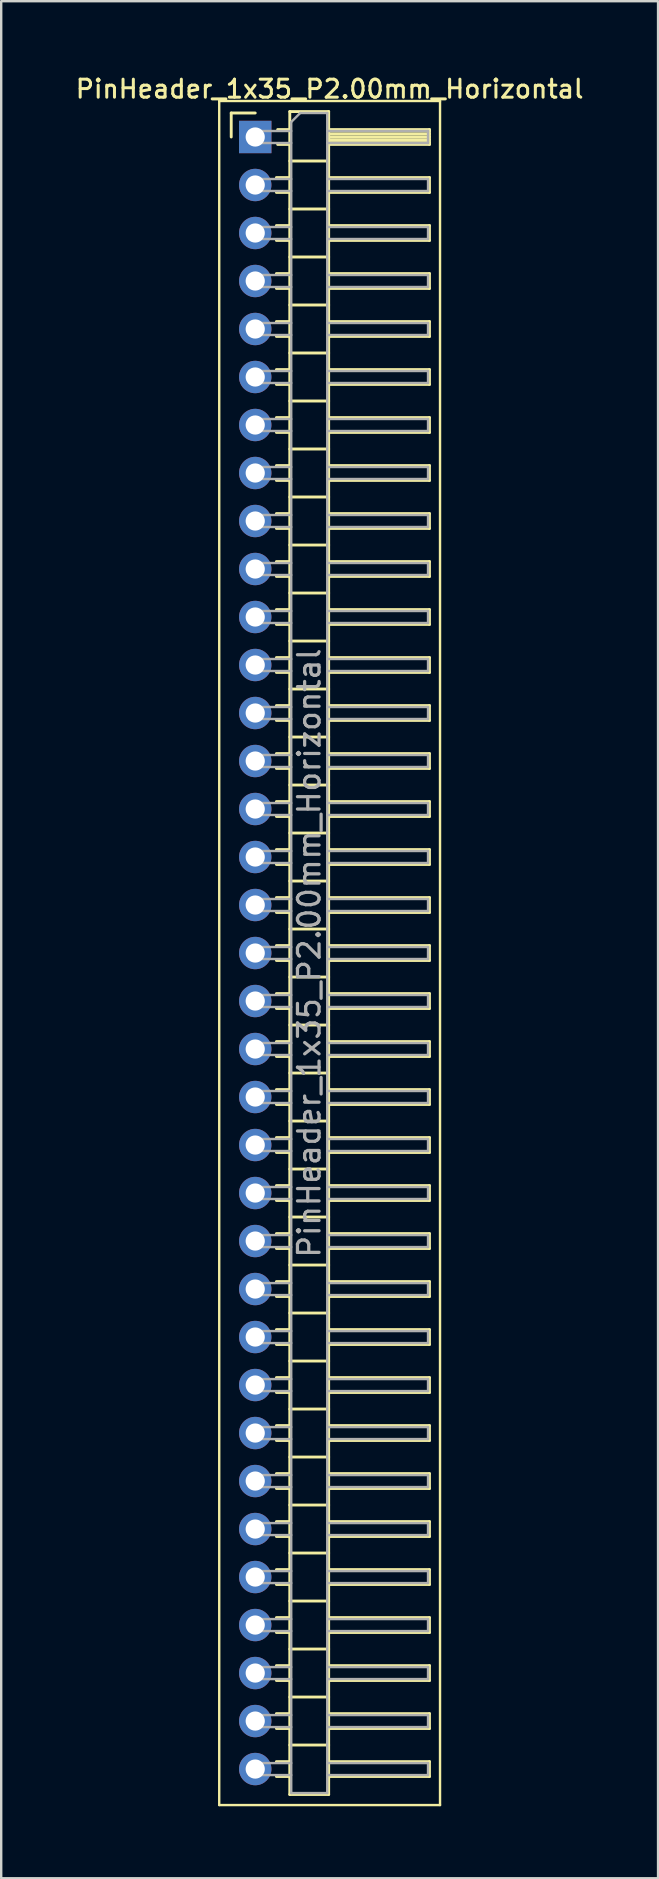
<source format=kicad_pcb>
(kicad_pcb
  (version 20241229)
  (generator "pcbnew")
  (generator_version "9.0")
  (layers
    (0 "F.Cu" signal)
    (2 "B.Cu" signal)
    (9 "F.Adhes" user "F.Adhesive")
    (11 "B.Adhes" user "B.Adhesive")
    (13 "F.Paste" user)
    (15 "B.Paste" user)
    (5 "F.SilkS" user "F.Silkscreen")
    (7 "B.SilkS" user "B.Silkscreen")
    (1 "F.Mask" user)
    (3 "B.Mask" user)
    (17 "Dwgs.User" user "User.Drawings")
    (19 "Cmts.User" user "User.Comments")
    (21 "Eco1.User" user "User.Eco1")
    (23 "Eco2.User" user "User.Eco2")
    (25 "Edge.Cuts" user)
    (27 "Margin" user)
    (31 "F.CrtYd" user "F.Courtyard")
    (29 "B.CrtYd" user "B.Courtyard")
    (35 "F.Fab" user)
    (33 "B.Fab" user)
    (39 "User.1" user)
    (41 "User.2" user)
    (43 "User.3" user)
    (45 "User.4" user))
  (footprint "PinHeader_1x35_P2.00mm_Horizontal"
    (layer "F.Cu")
    (at 7.584 2.658)
    (property "Reference" "PinHeader_1x35_P2.00mm_Horizontal" (at 3.1 -2 0) (layer "F.SilkS") (effects (font (size 0.75 0.75) (thickness 0.125))))
    (attr through_hole)
    (fp_line (start -1.5 -1.5) (end -1.5 69.5) (stroke (width 0.1) (type solid)) (layer "F.SilkS"))
    (fp_line (start -1.5 69.5) (end 7.7 69.5) (stroke (width 0.1) (type solid)) (layer "F.SilkS"))
    (fp_line (start -1 -1) (end 0 -1) (stroke (width 0.12) (type solid)) (layer "F.SilkS"))
    (fp_line (start -1 0) (end -1 -1) (stroke (width 0.12) (type solid)) (layer "F.SilkS"))
    (fp_line (start 0.882 1.69) (end 1.44 1.69) (stroke (width 0.12) (type solid)) (layer "F.SilkS"))
    (fp_line (start 0.882 2.31) (end 1.44 2.31) (stroke (width 0.12) (type solid)) (layer "F.SilkS"))
    (fp_line (start 0.882 3.69) (end 1.44 3.69) (stroke (width 0.12) (type solid)) (layer "F.SilkS"))
    (fp_line (start 0.882 4.31) (end 1.44 4.31) (stroke (width 0.12) (type solid)) (layer "F.SilkS"))
    (fp_line (start 0.882 5.69) (end 1.44 5.69) (stroke (width 0.12) (type solid)) (layer "F.SilkS"))
    (fp_line (start 0.882 6.31) (end 1.44 6.31) (stroke (width 0.12) (type solid)) (layer "F.SilkS"))
    (fp_line (start 0.882 7.69) (end 1.44 7.69) (stroke (width 0.12) (type solid)) (layer "F.SilkS"))
    (fp_line (start 0.882 8.31) (end 1.44 8.31) (stroke (width 0.12) (type solid)) (layer "F.SilkS"))
    (fp_line (start 0.882 9.69) (end 1.44 9.69) (stroke (width 0.12) (type solid)) (layer "F.SilkS"))
    (fp_line (start 0.882 10.31) (end 1.44 10.31) (stroke (width 0.12) (type solid)) (layer "F.SilkS"))
    (fp_line (start 0.882 11.69) (end 1.44 11.69) (stroke (width 0.12) (type solid)) (layer "F.SilkS"))
    (fp_line (start 0.882 12.31) (end 1.44 12.31) (stroke (width 0.12) (type solid)) (layer "F.SilkS"))
    (fp_line (start 0.882 13.69) (end 1.44 13.69) (stroke (width 0.12) (type solid)) (layer "F.SilkS"))
    (fp_line (start 0.882 14.31) (end 1.44 14.31) (stroke (width 0.12) (type solid)) (layer "F.SilkS"))
    (fp_line (start 0.882 15.69) (end 1.44 15.69) (stroke (width 0.12) (type solid)) (layer "F.SilkS"))
    (fp_line (start 0.882 16.31) (end 1.44 16.31) (stroke (width 0.12) (type solid)) (layer "F.SilkS"))
    (fp_line (start 0.882 17.69) (end 1.44 17.69) (stroke (width 0.12) (type solid)) (layer "F.SilkS"))
    (fp_line (start 0.882 18.31) (end 1.44 18.31) (stroke (width 0.12) (type solid)) (layer "F.SilkS"))
    (fp_line (start 0.882 19.69) (end 1.44 19.69) (stroke (width 0.12) (type solid)) (layer "F.SilkS"))
    (fp_line (start 0.882 20.31) (end 1.44 20.31) (stroke (width 0.12) (type solid)) (layer "F.SilkS"))
    (fp_line (start 0.882 21.69) (end 1.44 21.69) (stroke (width 0.12) (type solid)) (layer "F.SilkS"))
    (fp_line (start 0.882 22.31) (end 1.44 22.31) (stroke (width 0.12) (type solid)) (layer "F.SilkS"))
    (fp_line (start 0.882 23.69) (end 1.44 23.69) (stroke (width 0.12) (type solid)) (layer "F.SilkS"))
    (fp_line (start 0.882 24.31) (end 1.44 24.31) (stroke (width 0.12) (type solid)) (layer "F.SilkS"))
    (fp_line (start 0.882 25.69) (end 1.44 25.69) (stroke (width 0.12) (type solid)) (layer "F.SilkS"))
    (fp_line (start 0.882 26.31) (end 1.44 26.31) (stroke (width 0.12) (type solid)) (layer "F.SilkS"))
    (fp_line (start 0.882 27.69) (end 1.44 27.69) (stroke (width 0.12) (type solid)) (layer "F.SilkS"))
    (fp_line (start 0.882 28.31) (end 1.44 28.31) (stroke (width 0.12) (type solid)) (layer "F.SilkS"))
    (fp_line (start 0.882 29.69) (end 1.44 29.69) (stroke (width 0.12) (type solid)) (layer "F.SilkS"))
    (fp_line (start 0.882 30.31) (end 1.44 30.31) (stroke (width 0.12) (type solid)) (layer "F.SilkS"))
    (fp_line (start 0.882 31.69) (end 1.44 31.69) (stroke (width 0.12) (type solid)) (layer "F.SilkS"))
    (fp_line (start 0.882 32.31) (end 1.44 32.31) (stroke (width 0.12) (type solid)) (layer "F.SilkS"))
    (fp_line (start 0.882 33.69) (end 1.44 33.69) (stroke (width 0.12) (type solid)) (layer "F.SilkS"))
    (fp_line (start 0.882 34.31) (end 1.44 34.31) (stroke (width 0.12) (type solid)) (layer "F.SilkS"))
    (fp_line (start 0.882 35.69) (end 1.44 35.69) (stroke (width 0.12) (type solid)) (layer "F.SilkS"))
    (fp_line (start 0.882 36.31) (end 1.44 36.31) (stroke (width 0.12) (type solid)) (layer "F.SilkS"))
    (fp_line (start 0.882 37.69) (end 1.44 37.69) (stroke (width 0.12) (type solid)) (layer "F.SilkS"))
    (fp_line (start 0.882 38.31) (end 1.44 38.31) (stroke (width 0.12) (type solid)) (layer "F.SilkS"))
    (fp_line (start 0.882 39.69) (end 1.44 39.69) (stroke (width 0.12) (type solid)) (layer "F.SilkS"))
    (fp_line (start 0.882 40.31) (end 1.44 40.31) (stroke (width 0.12) (type solid)) (layer "F.SilkS"))
    (fp_line (start 0.882 41.69) (end 1.44 41.69) (stroke (width 0.12) (type solid)) (layer "F.SilkS"))
    (fp_line (start 0.882 42.31) (end 1.44 42.31) (stroke (width 0.12) (type solid)) (layer "F.SilkS"))
    (fp_line (start 0.882 43.69) (end 1.44 43.69) (stroke (width 0.12) (type solid)) (layer "F.SilkS"))
    (fp_line (start 0.882 44.31) (end 1.44 44.31) (stroke (width 0.12) (type solid)) (layer "F.SilkS"))
    (fp_line (start 0.882 45.69) (end 1.44 45.69) (stroke (width 0.12) (type solid)) (layer "F.SilkS"))
    (fp_line (start 0.882 46.31) (end 1.44 46.31) (stroke (width 0.12) (type solid)) (layer "F.SilkS"))
    (fp_line (start 0.882 47.69) (end 1.44 47.69) (stroke (width 0.12) (type solid)) (layer "F.SilkS"))
    (fp_line (start 0.882 48.31) (end 1.44 48.31) (stroke (width 0.12) (type solid)) (layer "F.SilkS"))
    (fp_line (start 0.882 49.69) (end 1.44 49.69) (stroke (width 0.12) (type solid)) (layer "F.SilkS"))
    (fp_line (start 0.882 50.31) (end 1.44 50.31) (stroke (width 0.12) (type solid)) (layer "F.SilkS"))
    (fp_line (start 0.882 51.69) (end 1.44 51.69) (stroke (width 0.12) (type solid)) (layer "F.SilkS"))
    (fp_line (start 0.882 52.31) (end 1.44 52.31) (stroke (width 0.12) (type solid)) (layer "F.SilkS"))
    (fp_line (start 0.882 53.69) (end 1.44 53.69) (stroke (width 0.12) (type solid)) (layer "F.SilkS"))
    (fp_line (start 0.882 54.31) (end 1.44 54.31) (stroke (width 0.12) (type solid)) (layer "F.SilkS"))
    (fp_line (start 0.882 55.69) (end 1.44 55.69) (stroke (width 0.12) (type solid)) (layer "F.SilkS"))
    (fp_line (start 0.882 56.31) (end 1.44 56.31) (stroke (width 0.12) (type solid)) (layer "F.SilkS"))
    (fp_line (start 0.882 57.69) (end 1.44 57.69) (stroke (width 0.12) (type solid)) (layer "F.SilkS"))
    (fp_line (start 0.882 58.31) (end 1.44 58.31) (stroke (width 0.12) (type solid)) (layer "F.SilkS"))
    (fp_line (start 0.882 59.69) (end 1.44 59.69) (stroke (width 0.12) (type solid)) (layer "F.SilkS"))
    (fp_line (start 0.882 60.31) (end 1.44 60.31) (stroke (width 0.12) (type solid)) (layer "F.SilkS"))
    (fp_line (start 0.882 61.69) (end 1.44 61.69) (stroke (width 0.12) (type solid)) (layer "F.SilkS"))
    (fp_line (start 0.882 62.31) (end 1.44 62.31) (stroke (width 0.12) (type solid)) (layer "F.SilkS"))
    (fp_line (start 0.882 63.69) (end 1.44 63.69) (stroke (width 0.12) (type solid)) (layer "F.SilkS"))
    (fp_line (start 0.882 64.31) (end 1.44 64.31) (stroke (width 0.12) (type solid)) (layer "F.SilkS"))
    (fp_line (start 0.882 65.69) (end 1.44 65.69) (stroke (width 0.12) (type solid)) (layer "F.SilkS"))
    (fp_line (start 0.882 66.31) (end 1.44 66.31) (stroke (width 0.12) (type solid)) (layer "F.SilkS"))
    (fp_line (start 0.882 67.69) (end 1.44 67.69) (stroke (width 0.12) (type solid)) (layer "F.SilkS"))
    (fp_line (start 0.882 68.31) (end 1.44 68.31) (stroke (width 0.12) (type solid)) (layer "F.SilkS"))
    (fp_line (start 0.935 -0.31) (end 1.44 -0.31) (stroke (width 0.12) (type solid)) (layer "F.SilkS"))
    (fp_line (start 0.935 0.31) (end 1.44 0.31) (stroke (width 0.12) (type solid)) (layer "F.SilkS"))
    (fp_line (start 1.44 -1.06) (end 1.44 69.06) (stroke (width 0.12) (type solid)) (layer "F.SilkS"))
    (fp_line (start 1.44 1) (end 3.06 1) (stroke (width 0.12) (type solid)) (layer "F.SilkS"))
    (fp_line (start 1.44 3) (end 3.06 3) (stroke (width 0.12) (type solid)) (layer "F.SilkS"))
    (fp_line (start 1.44 5) (end 3.06 5) (stroke (width 0.12) (type solid)) (layer "F.SilkS"))
    (fp_line (start 1.44 7) (end 3.06 7) (stroke (width 0.12) (type solid)) (layer "F.SilkS"))
    (fp_line (start 1.44 9) (end 3.06 9) (stroke (width 0.12) (type solid)) (layer "F.SilkS"))
    (fp_line (start 1.44 11) (end 3.06 11) (stroke (width 0.12) (type solid)) (layer "F.SilkS"))
    (fp_line (start 1.44 13) (end 3.06 13) (stroke (width 0.12) (type solid)) (layer "F.SilkS"))
    (fp_line (start 1.44 15) (end 3.06 15) (stroke (width 0.12) (type solid)) (layer "F.SilkS"))
    (fp_line (start 1.44 17) (end 3.06 17) (stroke (width 0.12) (type solid)) (layer "F.SilkS"))
    (fp_line (start 1.44 19) (end 3.06 19) (stroke (width 0.12) (type solid)) (layer "F.SilkS"))
    (fp_line (start 1.44 21) (end 3.06 21) (stroke (width 0.12) (type solid)) (layer "F.SilkS"))
    (fp_line (start 1.44 23) (end 3.06 23) (stroke (width 0.12) (type solid)) (layer "F.SilkS"))
    (fp_line (start 1.44 25) (end 3.06 25) (stroke (width 0.12) (type solid)) (layer "F.SilkS"))
    (fp_line (start 1.44 27) (end 3.06 27) (stroke (width 0.12) (type solid)) (layer "F.SilkS"))
    (fp_line (start 1.44 29) (end 3.06 29) (stroke (width 0.12) (type solid)) (layer "F.SilkS"))
    (fp_line (start 1.44 31) (end 3.06 31) (stroke (width 0.12) (type solid)) (layer "F.SilkS"))
    (fp_line (start 1.44 33) (end 3.06 33) (stroke (width 0.12) (type solid)) (layer "F.SilkS"))
    (fp_line (start 1.44 35) (end 3.06 35) (stroke (width 0.12) (type solid)) (layer "F.SilkS"))
    (fp_line (start 1.44 37) (end 3.06 37) (stroke (width 0.12) (type solid)) (layer "F.SilkS"))
    (fp_line (start 1.44 39) (end 3.06 39) (stroke (width 0.12) (type solid)) (layer "F.SilkS"))
    (fp_line (start 1.44 41) (end 3.06 41) (stroke (width 0.12) (type solid)) (layer "F.SilkS"))
    (fp_line (start 1.44 43) (end 3.06 43) (stroke (width 0.12) (type solid)) (layer "F.SilkS"))
    (fp_line (start 1.44 45) (end 3.06 45) (stroke (width 0.12) (type solid)) (layer "F.SilkS"))
    (fp_line (start 1.44 47) (end 3.06 47) (stroke (width 0.12) (type solid)) (layer "F.SilkS"))
    (fp_line (start 1.44 49) (end 3.06 49) (stroke (width 0.12) (type solid)) (layer "F.SilkS"))
    (fp_line (start 1.44 51) (end 3.06 51) (stroke (width 0.12) (type solid)) (layer "F.SilkS"))
    (fp_line (start 1.44 53) (end 3.06 53) (stroke (width 0.12) (type solid)) (layer "F.SilkS"))
    (fp_line (start 1.44 55) (end 3.06 55) (stroke (width 0.12) (type solid)) (layer "F.SilkS"))
    (fp_line (start 1.44 57) (end 3.06 57) (stroke (width 0.12) (type solid)) (layer "F.SilkS"))
    (fp_line (start 1.44 59) (end 3.06 59) (stroke (width 0.12) (type solid)) (layer "F.SilkS"))
    (fp_line (start 1.44 61) (end 3.06 61) (stroke (width 0.12) (type solid)) (layer "F.SilkS"))
    (fp_line (start 1.44 63) (end 3.06 63) (stroke (width 0.12) (type solid)) (layer "F.SilkS"))
    (fp_line (start 1.44 65) (end 3.06 65) (stroke (width 0.12) (type solid)) (layer "F.SilkS"))
    (fp_line (start 1.44 67) (end 3.06 67) (stroke (width 0.12) (type solid)) (layer "F.SilkS"))
    (fp_line (start 1.44 69.06) (end 3.06 69.06) (stroke (width 0.12) (type solid)) (layer "F.SilkS"))
    (fp_line (start 3.06 -1.06) (end 1.44 -1.06) (stroke (width 0.12) (type solid)) (layer "F.SilkS"))
    (fp_line (start 3.06 -0.31) (end 7.26 -0.31) (stroke (width 0.12) (type solid)) (layer "F.SilkS"))
    (fp_line (start 3.06 -0.25) (end 7.26 -0.25) (stroke (width 0.12) (type solid)) (layer "F.SilkS"))
    (fp_line (start 3.06 -0.13) (end 7.26 -0.13) (stroke (width 0.12) (type solid)) (layer "F.SilkS"))
    (fp_line (start 3.06 -0.01) (end 7.26 -0.01) (stroke (width 0.12) (type solid)) (layer "F.SilkS"))
    (fp_line (start 3.06 0.11) (end 7.26 0.11) (stroke (width 0.12) (type solid)) (layer "F.SilkS"))
    (fp_line (start 3.06 0.23) (end 7.26 0.23) (stroke (width 0.12) (type solid)) (layer "F.SilkS"))
    (fp_line (start 3.06 1.69) (end 7.26 1.69) (stroke (width 0.12) (type solid)) (layer "F.SilkS"))
    (fp_line (start 3.06 3.69) (end 7.26 3.69) (stroke (width 0.12) (type solid)) (layer "F.SilkS"))
    (fp_line (start 3.06 5.69) (end 7.26 5.69) (stroke (width 0.12) (type solid)) (layer "F.SilkS"))
    (fp_line (start 3.06 7.69) (end 7.26 7.69) (stroke (width 0.12) (type solid)) (layer "F.SilkS"))
    (fp_line (start 3.06 9.69) (end 7.26 9.69) (stroke (width 0.12) (type solid)) (layer "F.SilkS"))
    (fp_line (start 3.06 11.69) (end 7.26 11.69) (stroke (width 0.12) (type solid)) (layer "F.SilkS"))
    (fp_line (start 3.06 13.69) (end 7.26 13.69) (stroke (width 0.12) (type solid)) (layer "F.SilkS"))
    (fp_line (start 3.06 15.69) (end 7.26 15.69) (stroke (width 0.12) (type solid)) (layer "F.SilkS"))
    (fp_line (start 3.06 17.69) (end 7.26 17.69) (stroke (width 0.12) (type solid)) (layer "F.SilkS"))
    (fp_line (start 3.06 19.69) (end 7.26 19.69) (stroke (width 0.12) (type solid)) (layer "F.SilkS"))
    (fp_line (start 3.06 21.69) (end 7.26 21.69) (stroke (width 0.12) (type solid)) (layer "F.SilkS"))
    (fp_line (start 3.06 23.69) (end 7.26 23.69) (stroke (width 0.12) (type solid)) (layer "F.SilkS"))
    (fp_line (start 3.06 25.69) (end 7.26 25.69) (stroke (width 0.12) (type solid)) (layer "F.SilkS"))
    (fp_line (start 3.06 27.69) (end 7.26 27.69) (stroke (width 0.12) (type solid)) (layer "F.SilkS"))
    (fp_line (start 3.06 29.69) (end 7.26 29.69) (stroke (width 0.12) (type solid)) (layer "F.SilkS"))
    (fp_line (start 3.06 31.69) (end 7.26 31.69) (stroke (width 0.12) (type solid)) (layer "F.SilkS"))
    (fp_line (start 3.06 33.69) (end 7.26 33.69) (stroke (width 0.12) (type solid)) (layer "F.SilkS"))
    (fp_line (start 3.06 35.69) (end 7.26 35.69) (stroke (width 0.12) (type solid)) (layer "F.SilkS"))
    (fp_line (start 3.06 37.69) (end 7.26 37.69) (stroke (width 0.12) (type solid)) (layer "F.SilkS"))
    (fp_line (start 3.06 39.69) (end 7.26 39.69) (stroke (width 0.12) (type solid)) (layer "F.SilkS"))
    (fp_line (start 3.06 41.69) (end 7.26 41.69) (stroke (width 0.12) (type solid)) (layer "F.SilkS"))
    (fp_line (start 3.06 43.69) (end 7.26 43.69) (stroke (width 0.12) (type solid)) (layer "F.SilkS"))
    (fp_line (start 3.06 45.69) (end 7.26 45.69) (stroke (width 0.12) (type solid)) (layer "F.SilkS"))
    (fp_line (start 3.06 47.69) (end 7.26 47.69) (stroke (width 0.12) (type solid)) (layer "F.SilkS"))
    (fp_line (start 3.06 49.69) (end 7.26 49.69) (stroke (width 0.12) (type solid)) (layer "F.SilkS"))
    (fp_line (start 3.06 51.69) (end 7.26 51.69) (stroke (width 0.12) (type solid)) (layer "F.SilkS"))
    (fp_line (start 3.06 53.69) (end 7.26 53.69) (stroke (width 0.12) (type solid)) (layer "F.SilkS"))
    (fp_line (start 3.06 55.69) (end 7.26 55.69) (stroke (width 0.12) (type solid)) (layer "F.SilkS"))
    (fp_line (start 3.06 57.69) (end 7.26 57.69) (stroke (width 0.12) (type solid)) (layer "F.SilkS"))
    (fp_line (start 3.06 59.69) (end 7.26 59.69) (stroke (width 0.12) (type solid)) (layer "F.SilkS"))
    (fp_line (start 3.06 61.69) (end 7.26 61.69) (stroke (width 0.12) (type solid)) (layer "F.SilkS"))
    (fp_line (start 3.06 63.69) (end 7.26 63.69) (stroke (width 0.12) (type solid)) (layer "F.SilkS"))
    (fp_line (start 3.06 65.69) (end 7.26 65.69) (stroke (width 0.12) (type solid)) (layer "F.SilkS"))
    (fp_line (start 3.06 67.69) (end 7.26 67.69) (stroke (width 0.12) (type solid)) (layer "F.SilkS"))
    (fp_line (start 3.06 69.06) (end 3.06 -1.06) (stroke (width 0.12) (type solid)) (layer "F.SilkS"))
    (fp_line (start 7.26 -0.31) (end 7.26 0.31) (stroke (width 0.12) (type solid)) (layer "F.SilkS"))
    (fp_line (start 7.26 0.31) (end 3.06 0.31) (stroke (width 0.12) (type solid)) (layer "F.SilkS"))
    (fp_line (start 7.26 1.69) (end 7.26 2.31) (stroke (width 0.12) (type solid)) (layer "F.SilkS"))
    (fp_line (start 7.26 2.31) (end 3.06 2.31) (stroke (width 0.12) (type solid)) (layer "F.SilkS"))
    (fp_line (start 7.26 3.69) (end 7.26 4.31) (stroke (width 0.12) (type solid)) (layer "F.SilkS"))
    (fp_line (start 7.26 4.31) (end 3.06 4.31) (stroke (width 0.12) (type solid)) (layer "F.SilkS"))
    (fp_line (start 7.26 5.69) (end 7.26 6.31) (stroke (width 0.12) (type solid)) (layer "F.SilkS"))
    (fp_line (start 7.26 6.31) (end 3.06 6.31) (stroke (width 0.12) (type solid)) (layer "F.SilkS"))
    (fp_line (start 7.26 7.69) (end 7.26 8.31) (stroke (width 0.12) (type solid)) (layer "F.SilkS"))
    (fp_line (start 7.26 8.31) (end 3.06 8.31) (stroke (width 0.12) (type solid)) (layer "F.SilkS"))
    (fp_line (start 7.26 9.69) (end 7.26 10.31) (stroke (width 0.12) (type solid)) (layer "F.SilkS"))
    (fp_line (start 7.26 10.31) (end 3.06 10.31) (stroke (width 0.12) (type solid)) (layer "F.SilkS"))
    (fp_line (start 7.26 11.69) (end 7.26 12.31) (stroke (width 0.12) (type solid)) (layer "F.SilkS"))
    (fp_line (start 7.26 12.31) (end 3.06 12.31) (stroke (width 0.12) (type solid)) (layer "F.SilkS"))
    (fp_line (start 7.26 13.69) (end 7.26 14.31) (stroke (width 0.12) (type solid)) (layer "F.SilkS"))
    (fp_line (start 7.26 14.31) (end 3.06 14.31) (stroke (width 0.12) (type solid)) (layer "F.SilkS"))
    (fp_line (start 7.26 15.69) (end 7.26 16.31) (stroke (width 0.12) (type solid)) (layer "F.SilkS"))
    (fp_line (start 7.26 16.31) (end 3.06 16.31) (stroke (width 0.12) (type solid)) (layer "F.SilkS"))
    (fp_line (start 7.26 17.69) (end 7.26 18.31) (stroke (width 0.12) (type solid)) (layer "F.SilkS"))
    (fp_line (start 7.26 18.31) (end 3.06 18.31) (stroke (width 0.12) (type solid)) (layer "F.SilkS"))
    (fp_line (start 7.26 19.69) (end 7.26 20.31) (stroke (width 0.12) (type solid)) (layer "F.SilkS"))
    (fp_line (start 7.26 20.31) (end 3.06 20.31) (stroke (width 0.12) (type solid)) (layer "F.SilkS"))
    (fp_line (start 7.26 21.69) (end 7.26 22.31) (stroke (width 0.12) (type solid)) (layer "F.SilkS"))
    (fp_line (start 7.26 22.31) (end 3.06 22.31) (stroke (width 0.12) (type solid)) (layer "F.SilkS"))
    (fp_line (start 7.26 23.69) (end 7.26 24.31) (stroke (width 0.12) (type solid)) (layer "F.SilkS"))
    (fp_line (start 7.26 24.31) (end 3.06 24.31) (stroke (width 0.12) (type solid)) (layer "F.SilkS"))
    (fp_line (start 7.26 25.69) (end 7.26 26.31) (stroke (width 0.12) (type solid)) (layer "F.SilkS"))
    (fp_line (start 7.26 26.31) (end 3.06 26.31) (stroke (width 0.12) (type solid)) (layer "F.SilkS"))
    (fp_line (start 7.26 27.69) (end 7.26 28.31) (stroke (width 0.12) (type solid)) (layer "F.SilkS"))
    (fp_line (start 7.26 28.31) (end 3.06 28.31) (stroke (width 0.12) (type solid)) (layer "F.SilkS"))
    (fp_line (start 7.26 29.69) (end 7.26 30.31) (stroke (width 0.12) (type solid)) (layer "F.SilkS"))
    (fp_line (start 7.26 30.31) (end 3.06 30.31) (stroke (width 0.12) (type solid)) (layer "F.SilkS"))
    (fp_line (start 7.26 31.69) (end 7.26 32.31) (stroke (width 0.12) (type solid)) (layer "F.SilkS"))
    (fp_line (start 7.26 32.31) (end 3.06 32.31) (stroke (width 0.12) (type solid)) (layer "F.SilkS"))
    (fp_line (start 7.26 33.69) (end 7.26 34.31) (stroke (width 0.12) (type solid)) (layer "F.SilkS"))
    (fp_line (start 7.26 34.31) (end 3.06 34.31) (stroke (width 0.12) (type solid)) (layer "F.SilkS"))
    (fp_line (start 7.26 35.69) (end 7.26 36.31) (stroke (width 0.12) (type solid)) (layer "F.SilkS"))
    (fp_line (start 7.26 36.31) (end 3.06 36.31) (stroke (width 0.12) (type solid)) (layer "F.SilkS"))
    (fp_line (start 7.26 37.69) (end 7.26 38.31) (stroke (width 0.12) (type solid)) (layer "F.SilkS"))
    (fp_line (start 7.26 38.31) (end 3.06 38.31) (stroke (width 0.12) (type solid)) (layer "F.SilkS"))
    (fp_line (start 7.26 39.69) (end 7.26 40.31) (stroke (width 0.12) (type solid)) (layer "F.SilkS"))
    (fp_line (start 7.26 40.31) (end 3.06 40.31) (stroke (width 0.12) (type solid)) (layer "F.SilkS"))
    (fp_line (start 7.26 41.69) (end 7.26 42.31) (stroke (width 0.12) (type solid)) (layer "F.SilkS"))
    (fp_line (start 7.26 42.31) (end 3.06 42.31) (stroke (width 0.12) (type solid)) (layer "F.SilkS"))
    (fp_line (start 7.26 43.69) (end 7.26 44.31) (stroke (width 0.12) (type solid)) (layer "F.SilkS"))
    (fp_line (start 7.26 44.31) (end 3.06 44.31) (stroke (width 0.12) (type solid)) (layer "F.SilkS"))
    (fp_line (start 7.26 45.69) (end 7.26 46.31) (stroke (width 0.12) (type solid)) (layer "F.SilkS"))
    (fp_line (start 7.26 46.31) (end 3.06 46.31) (stroke (width 0.12) (type solid)) (layer "F.SilkS"))
    (fp_line (start 7.26 47.69) (end 7.26 48.31) (stroke (width 0.12) (type solid)) (layer "F.SilkS"))
    (fp_line (start 7.26 48.31) (end 3.06 48.31) (stroke (width 0.12) (type solid)) (layer "F.SilkS"))
    (fp_line (start 7.26 49.69) (end 7.26 50.31) (stroke (width 0.12) (type solid)) (layer "F.SilkS"))
    (fp_line (start 7.26 50.31) (end 3.06 50.31) (stroke (width 0.12) (type solid)) (layer "F.SilkS"))
    (fp_line (start 7.26 51.69) (end 7.26 52.31) (stroke (width 0.12) (type solid)) (layer "F.SilkS"))
    (fp_line (start 7.26 52.31) (end 3.06 52.31) (stroke (width 0.12) (type solid)) (layer "F.SilkS"))
    (fp_line (start 7.26 53.69) (end 7.26 54.31) (stroke (width 0.12) (type solid)) (layer "F.SilkS"))
    (fp_line (start 7.26 54.31) (end 3.06 54.31) (stroke (width 0.12) (type solid)) (layer "F.SilkS"))
    (fp_line (start 7.26 55.69) (end 7.26 56.31) (stroke (width 0.12) (type solid)) (layer "F.SilkS"))
    (fp_line (start 7.26 56.31) (end 3.06 56.31) (stroke (width 0.12) (type solid)) (layer "F.SilkS"))
    (fp_line (start 7.26 57.69) (end 7.26 58.31) (stroke (width 0.12) (type solid)) (layer "F.SilkS"))
    (fp_line (start 7.26 58.31) (end 3.06 58.31) (stroke (width 0.12) (type solid)) (layer "F.SilkS"))
    (fp_line (start 7.26 59.69) (end 7.26 60.31) (stroke (width 0.12) (type solid)) (layer "F.SilkS"))
    (fp_line (start 7.26 60.31) (end 3.06 60.31) (stroke (width 0.12) (type solid)) (layer "F.SilkS"))
    (fp_line (start 7.26 61.69) (end 7.26 62.31) (stroke (width 0.12) (type solid)) (layer "F.SilkS"))
    (fp_line (start 7.26 62.31) (end 3.06 62.31) (stroke (width 0.12) (type solid)) (layer "F.SilkS"))
    (fp_line (start 7.26 63.69) (end 7.26 64.31) (stroke (width 0.12) (type solid)) (layer "F.SilkS"))
    (fp_line (start 7.26 64.31) (end 3.06 64.31) (stroke (width 0.12) (type solid)) (layer "F.SilkS"))
    (fp_line (start 7.26 65.69) (end 7.26 66.31) (stroke (width 0.12) (type solid)) (layer "F.SilkS"))
    (fp_line (start 7.26 66.31) (end 3.06 66.31) (stroke (width 0.12) (type solid)) (layer "F.SilkS"))
    (fp_line (start 7.26 67.69) (end 7.26 68.31) (stroke (width 0.12) (type solid)) (layer "F.SilkS"))
    (fp_line (start 7.26 68.31) (end 3.06 68.31) (stroke (width 0.12) (type solid)) (layer "F.SilkS"))
    (fp_line (start 7.7 -1.5) (end -1.5 -1.5) (stroke (width 0.1) (type solid)) (layer "F.SilkS"))
    (fp_line (start 7.7 69.5) (end 7.7 -1.5) (stroke (width 0.1) (type solid)) (layer "F.SilkS"))
    (fp_line (start -0.25 -0.25) (end -0.25 0.25) (stroke (width 0.1) (type solid)) (layer "F.Fab"))
    (fp_line (start -0.25 -0.25) (end 1.5 -0.25) (stroke (width 0.1) (type solid)) (layer "F.Fab"))
    (fp_line (start -0.25 0.25) (end 1.5 0.25) (stroke (width 0.1) (type solid)) (layer "F.Fab"))
    (fp_line (start -0.25 1.75) (end -0.25 2.25) (stroke (width 0.1) (type solid)) (layer "F.Fab"))
    (fp_line (start -0.25 1.75) (end 1.5 1.75) (stroke (width 0.1) (type solid)) (layer "F.Fab"))
    (fp_line (start -0.25 2.25) (end 1.5 2.25) (stroke (width 0.1) (type solid)) (layer "F.Fab"))
    (fp_line (start -0.25 3.75) (end -0.25 4.25) (stroke (width 0.1) (type solid)) (layer "F.Fab"))
    (fp_line (start -0.25 3.75) (end 1.5 3.75) (stroke (width 0.1) (type solid)) (layer "F.Fab"))
    (fp_line (start -0.25 4.25) (end 1.5 4.25) (stroke (width 0.1) (type solid)) (layer "F.Fab"))
    (fp_line (start -0.25 5.75) (end -0.25 6.25) (stroke (width 0.1) (type solid)) (layer "F.Fab"))
    (fp_line (start -0.25 5.75) (end 1.5 5.75) (stroke (width 0.1) (type solid)) (layer "F.Fab"))
    (fp_line (start -0.25 6.25) (end 1.5 6.25) (stroke (width 0.1) (type solid)) (layer "F.Fab"))
    (fp_line (start -0.25 7.75) (end -0.25 8.25) (stroke (width 0.1) (type solid)) (layer "F.Fab"))
    (fp_line (start -0.25 7.75) (end 1.5 7.75) (stroke (width 0.1) (type solid)) (layer "F.Fab"))
    (fp_line (start -0.25 8.25) (end 1.5 8.25) (stroke (width 0.1) (type solid)) (layer "F.Fab"))
    (fp_line (start -0.25 9.75) (end -0.25 10.25) (stroke (width 0.1) (type solid)) (layer "F.Fab"))
    (fp_line (start -0.25 9.75) (end 1.5 9.75) (stroke (width 0.1) (type solid)) (layer "F.Fab"))
    (fp_line (start -0.25 10.25) (end 1.5 10.25) (stroke (width 0.1) (type solid)) (layer "F.Fab"))
    (fp_line (start -0.25 11.75) (end -0.25 12.25) (stroke (width 0.1) (type solid)) (layer "F.Fab"))
    (fp_line (start -0.25 11.75) (end 1.5 11.75) (stroke (width 0.1) (type solid)) (layer "F.Fab"))
    (fp_line (start -0.25 12.25) (end 1.5 12.25) (stroke (width 0.1) (type solid)) (layer "F.Fab"))
    (fp_line (start -0.25 13.75) (end -0.25 14.25) (stroke (width 0.1) (type solid)) (layer "F.Fab"))
    (fp_line (start -0.25 13.75) (end 1.5 13.75) (stroke (width 0.1) (type solid)) (layer "F.Fab"))
    (fp_line (start -0.25 14.25) (end 1.5 14.25) (stroke (width 0.1) (type solid)) (layer "F.Fab"))
    (fp_line (start -0.25 15.75) (end -0.25 16.25) (stroke (width 0.1) (type solid)) (layer "F.Fab"))
    (fp_line (start -0.25 15.75) (end 1.5 15.75) (stroke (width 0.1) (type solid)) (layer "F.Fab"))
    (fp_line (start -0.25 16.25) (end 1.5 16.25) (stroke (width 0.1) (type solid)) (layer "F.Fab"))
    (fp_line (start -0.25 17.75) (end -0.25 18.25) (stroke (width 0.1) (type solid)) (layer "F.Fab"))
    (fp_line (start -0.25 17.75) (end 1.5 17.75) (stroke (width 0.1) (type solid)) (layer "F.Fab"))
    (fp_line (start -0.25 18.25) (end 1.5 18.25) (stroke (width 0.1) (type solid)) (layer "F.Fab"))
    (fp_line (start -0.25 19.75) (end -0.25 20.25) (stroke (width 0.1) (type solid)) (layer "F.Fab"))
    (fp_line (start -0.25 19.75) (end 1.5 19.75) (stroke (width 0.1) (type solid)) (layer "F.Fab"))
    (fp_line (start -0.25 20.25) (end 1.5 20.25) (stroke (width 0.1) (type solid)) (layer "F.Fab"))
    (fp_line (start -0.25 21.75) (end -0.25 22.25) (stroke (width 0.1) (type solid)) (layer "F.Fab"))
    (fp_line (start -0.25 21.75) (end 1.5 21.75) (stroke (width 0.1) (type solid)) (layer "F.Fab"))
    (fp_line (start -0.25 22.25) (end 1.5 22.25) (stroke (width 0.1) (type solid)) (layer "F.Fab"))
    (fp_line (start -0.25 23.75) (end -0.25 24.25) (stroke (width 0.1) (type solid)) (layer "F.Fab"))
    (fp_line (start -0.25 23.75) (end 1.5 23.75) (stroke (width 0.1) (type solid)) (layer "F.Fab"))
    (fp_line (start -0.25 24.25) (end 1.5 24.25) (stroke (width 0.1) (type solid)) (layer "F.Fab"))
    (fp_line (start -0.25 25.75) (end -0.25 26.25) (stroke (width 0.1) (type solid)) (layer "F.Fab"))
    (fp_line (start -0.25 25.75) (end 1.5 25.75) (stroke (width 0.1) (type solid)) (layer "F.Fab"))
    (fp_line (start -0.25 26.25) (end 1.5 26.25) (stroke (width 0.1) (type solid)) (layer "F.Fab"))
    (fp_line (start -0.25 27.75) (end -0.25 28.25) (stroke (width 0.1) (type solid)) (layer "F.Fab"))
    (fp_line (start -0.25 27.75) (end 1.5 27.75) (stroke (width 0.1) (type solid)) (layer "F.Fab"))
    (fp_line (start -0.25 28.25) (end 1.5 28.25) (stroke (width 0.1) (type solid)) (layer "F.Fab"))
    (fp_line (start -0.25 29.75) (end -0.25 30.25) (stroke (width 0.1) (type solid)) (layer "F.Fab"))
    (fp_line (start -0.25 29.75) (end 1.5 29.75) (stroke (width 0.1) (type solid)) (layer "F.Fab"))
    (fp_line (start -0.25 30.25) (end 1.5 30.25) (stroke (width 0.1) (type solid)) (layer "F.Fab"))
    (fp_line (start -0.25 31.75) (end -0.25 32.25) (stroke (width 0.1) (type solid)) (layer "F.Fab"))
    (fp_line (start -0.25 31.75) (end 1.5 31.75) (stroke (width 0.1) (type solid)) (layer "F.Fab"))
    (fp_line (start -0.25 32.25) (end 1.5 32.25) (stroke (width 0.1) (type solid)) (layer "F.Fab"))
    (fp_line (start -0.25 33.75) (end -0.25 34.25) (stroke (width 0.1) (type solid)) (layer "F.Fab"))
    (fp_line (start -0.25 33.75) (end 1.5 33.75) (stroke (width 0.1) (type solid)) (layer "F.Fab"))
    (fp_line (start -0.25 34.25) (end 1.5 34.25) (stroke (width 0.1) (type solid)) (layer "F.Fab"))
    (fp_line (start -0.25 35.75) (end -0.25 36.25) (stroke (width 0.1) (type solid)) (layer "F.Fab"))
    (fp_line (start -0.25 35.75) (end 1.5 35.75) (stroke (width 0.1) (type solid)) (layer "F.Fab"))
    (fp_line (start -0.25 36.25) (end 1.5 36.25) (stroke (width 0.1) (type solid)) (layer "F.Fab"))
    (fp_line (start -0.25 37.75) (end -0.25 38.25) (stroke (width 0.1) (type solid)) (layer "F.Fab"))
    (fp_line (start -0.25 37.75) (end 1.5 37.75) (stroke (width 0.1) (type solid)) (layer "F.Fab"))
    (fp_line (start -0.25 38.25) (end 1.5 38.25) (stroke (width 0.1) (type solid)) (layer "F.Fab"))
    (fp_line (start -0.25 39.75) (end -0.25 40.25) (stroke (width 0.1) (type solid)) (layer "F.Fab"))
    (fp_line (start -0.25 39.75) (end 1.5 39.75) (stroke (width 0.1) (type solid)) (layer "F.Fab"))
    (fp_line (start -0.25 40.25) (end 1.5 40.25) (stroke (width 0.1) (type solid)) (layer "F.Fab"))
    (fp_line (start -0.25 41.75) (end -0.25 42.25) (stroke (width 0.1) (type solid)) (layer "F.Fab"))
    (fp_line (start -0.25 41.75) (end 1.5 41.75) (stroke (width 0.1) (type solid)) (layer "F.Fab"))
    (fp_line (start -0.25 42.25) (end 1.5 42.25) (stroke (width 0.1) (type solid)) (layer "F.Fab"))
    (fp_line (start -0.25 43.75) (end -0.25 44.25) (stroke (width 0.1) (type solid)) (layer "F.Fab"))
    (fp_line (start -0.25 43.75) (end 1.5 43.75) (stroke (width 0.1) (type solid)) (layer "F.Fab"))
    (fp_line (start -0.25 44.25) (end 1.5 44.25) (stroke (width 0.1) (type solid)) (layer "F.Fab"))
    (fp_line (start -0.25 45.75) (end -0.25 46.25) (stroke (width 0.1) (type solid)) (layer "F.Fab"))
    (fp_line (start -0.25 45.75) (end 1.5 45.75) (stroke (width 0.1) (type solid)) (layer "F.Fab"))
    (fp_line (start -0.25 46.25) (end 1.5 46.25) (stroke (width 0.1) (type solid)) (layer "F.Fab"))
    (fp_line (start -0.25 47.75) (end -0.25 48.25) (stroke (width 0.1) (type solid)) (layer "F.Fab"))
    (fp_line (start -0.25 47.75) (end 1.5 47.75) (stroke (width 0.1) (type solid)) (layer "F.Fab"))
    (fp_line (start -0.25 48.25) (end 1.5 48.25) (stroke (width 0.1) (type solid)) (layer "F.Fab"))
    (fp_line (start -0.25 49.75) (end -0.25 50.25) (stroke (width 0.1) (type solid)) (layer "F.Fab"))
    (fp_line (start -0.25 49.75) (end 1.5 49.75) (stroke (width 0.1) (type solid)) (layer "F.Fab"))
    (fp_line (start -0.25 50.25) (end 1.5 50.25) (stroke (width 0.1) (type solid)) (layer "F.Fab"))
    (fp_line (start -0.25 51.75) (end -0.25 52.25) (stroke (width 0.1) (type solid)) (layer "F.Fab"))
    (fp_line (start -0.25 51.75) (end 1.5 51.75) (stroke (width 0.1) (type solid)) (layer "F.Fab"))
    (fp_line (start -0.25 52.25) (end 1.5 52.25) (stroke (width 0.1) (type solid)) (layer "F.Fab"))
    (fp_line (start -0.25 53.75) (end -0.25 54.25) (stroke (width 0.1) (type solid)) (layer "F.Fab"))
    (fp_line (start -0.25 53.75) (end 1.5 53.75) (stroke (width 0.1) (type solid)) (layer "F.Fab"))
    (fp_line (start -0.25 54.25) (end 1.5 54.25) (stroke (width 0.1) (type solid)) (layer "F.Fab"))
    (fp_line (start -0.25 55.75) (end -0.25 56.25) (stroke (width 0.1) (type solid)) (layer "F.Fab"))
    (fp_line (start -0.25 55.75) (end 1.5 55.75) (stroke (width 0.1) (type solid)) (layer "F.Fab"))
    (fp_line (start -0.25 56.25) (end 1.5 56.25) (stroke (width 0.1) (type solid)) (layer "F.Fab"))
    (fp_line (start -0.25 57.75) (end -0.25 58.25) (stroke (width 0.1) (type solid)) (layer "F.Fab"))
    (fp_line (start -0.25 57.75) (end 1.5 57.75) (stroke (width 0.1) (type solid)) (layer "F.Fab"))
    (fp_line (start -0.25 58.25) (end 1.5 58.25) (stroke (width 0.1) (type solid)) (layer "F.Fab"))
    (fp_line (start -0.25 59.75) (end -0.25 60.25) (stroke (width 0.1) (type solid)) (layer "F.Fab"))
    (fp_line (start -0.25 59.75) (end 1.5 59.75) (stroke (width 0.1) (type solid)) (layer "F.Fab"))
    (fp_line (start -0.25 60.25) (end 1.5 60.25) (stroke (width 0.1) (type solid)) (layer "F.Fab"))
    (fp_line (start -0.25 61.75) (end -0.25 62.25) (stroke (width 0.1) (type solid)) (layer "F.Fab"))
    (fp_line (start -0.25 61.75) (end 1.5 61.75) (stroke (width 0.1) (type solid)) (layer "F.Fab"))
    (fp_line (start -0.25 62.25) (end 1.5 62.25) (stroke (width 0.1) (type solid)) (layer "F.Fab"))
    (fp_line (start -0.25 63.75) (end -0.25 64.25) (stroke (width 0.1) (type solid)) (layer "F.Fab"))
    (fp_line (start -0.25 63.75) (end 1.5 63.75) (stroke (width 0.1) (type solid)) (layer "F.Fab"))
    (fp_line (start -0.25 64.25) (end 1.5 64.25) (stroke (width 0.1) (type solid)) (layer "F.Fab"))
    (fp_line (start -0.25 65.75) (end -0.25 66.25) (stroke (width 0.1) (type solid)) (layer "F.Fab"))
    (fp_line (start -0.25 65.75) (end 1.5 65.75) (stroke (width 0.1) (type solid)) (layer "F.Fab"))
    (fp_line (start -0.25 66.25) (end 1.5 66.25) (stroke (width 0.1) (type solid)) (layer "F.Fab"))
    (fp_line (start -0.25 67.75) (end -0.25 68.25) (stroke (width 0.1) (type solid)) (layer "F.Fab"))
    (fp_line (start -0.25 67.75) (end 1.5 67.75) (stroke (width 0.1) (type solid)) (layer "F.Fab"))
    (fp_line (start -0.25 68.25) (end 1.5 68.25) (stroke (width 0.1) (type solid)) (layer "F.Fab"))
    (fp_line (start 1.5 -0.625) (end 1.875 -1) (stroke (width 0.1) (type solid)) (layer "F.Fab"))
    (fp_line (start 1.5 69) (end 1.5 -0.625) (stroke (width 0.1) (type solid)) (layer "F.Fab"))
    (fp_line (start 1.875 -1) (end 3 -1) (stroke (width 0.1) (type solid)) (layer "F.Fab"))
    (fp_line (start 3 -1) (end 3 69) (stroke (width 0.1) (type solid)) (layer "F.Fab"))
    (fp_line (start 3 -0.25) (end 7.2 -0.25) (stroke (width 0.1) (type solid)) (layer "F.Fab"))
    (fp_line (start 3 0.25) (end 7.2 0.25) (stroke (width 0.1) (type solid)) (layer "F.Fab"))
    (fp_line (start 3 1.75) (end 7.2 1.75) (stroke (width 0.1) (type solid)) (layer "F.Fab"))
    (fp_line (start 3 2.25) (end 7.2 2.25) (stroke (width 0.1) (type solid)) (layer "F.Fab"))
    (fp_line (start 3 3.75) (end 7.2 3.75) (stroke (width 0.1) (type solid)) (layer "F.Fab"))
    (fp_line (start 3 4.25) (end 7.2 4.25) (stroke (width 0.1) (type solid)) (layer "F.Fab"))
    (fp_line (start 3 5.75) (end 7.2 5.75) (stroke (width 0.1) (type solid)) (layer "F.Fab"))
    (fp_line (start 3 6.25) (end 7.2 6.25) (stroke (width 0.1) (type solid)) (layer "F.Fab"))
    (fp_line (start 3 7.75) (end 7.2 7.75) (stroke (width 0.1) (type solid)) (layer "F.Fab"))
    (fp_line (start 3 8.25) (end 7.2 8.25) (stroke (width 0.1) (type solid)) (layer "F.Fab"))
    (fp_line (start 3 9.75) (end 7.2 9.75) (stroke (width 0.1) (type solid)) (layer "F.Fab"))
    (fp_line (start 3 10.25) (end 7.2 10.25) (stroke (width 0.1) (type solid)) (layer "F.Fab"))
    (fp_line (start 3 11.75) (end 7.2 11.75) (stroke (width 0.1) (type solid)) (layer "F.Fab"))
    (fp_line (start 3 12.25) (end 7.2 12.25) (stroke (width 0.1) (type solid)) (layer "F.Fab"))
    (fp_line (start 3 13.75) (end 7.2 13.75) (stroke (width 0.1) (type solid)) (layer "F.Fab"))
    (fp_line (start 3 14.25) (end 7.2 14.25) (stroke (width 0.1) (type solid)) (layer "F.Fab"))
    (fp_line (start 3 15.75) (end 7.2 15.75) (stroke (width 0.1) (type solid)) (layer "F.Fab"))
    (fp_line (start 3 16.25) (end 7.2 16.25) (stroke (width 0.1) (type solid)) (layer "F.Fab"))
    (fp_line (start 3 17.75) (end 7.2 17.75) (stroke (width 0.1) (type solid)) (layer "F.Fab"))
    (fp_line (start 3 18.25) (end 7.2 18.25) (stroke (width 0.1) (type solid)) (layer "F.Fab"))
    (fp_line (start 3 19.75) (end 7.2 19.75) (stroke (width 0.1) (type solid)) (layer "F.Fab"))
    (fp_line (start 3 20.25) (end 7.2 20.25) (stroke (width 0.1) (type solid)) (layer "F.Fab"))
    (fp_line (start 3 21.75) (end 7.2 21.75) (stroke (width 0.1) (type solid)) (layer "F.Fab"))
    (fp_line (start 3 22.25) (end 7.2 22.25) (stroke (width 0.1) (type solid)) (layer "F.Fab"))
    (fp_line (start 3 23.75) (end 7.2 23.75) (stroke (width 0.1) (type solid)) (layer "F.Fab"))
    (fp_line (start 3 24.25) (end 7.2 24.25) (stroke (width 0.1) (type solid)) (layer "F.Fab"))
    (fp_line (start 3 25.75) (end 7.2 25.75) (stroke (width 0.1) (type solid)) (layer "F.Fab"))
    (fp_line (start 3 26.25) (end 7.2 26.25) (stroke (width 0.1) (type solid)) (layer "F.Fab"))
    (fp_line (start 3 27.75) (end 7.2 27.75) (stroke (width 0.1) (type solid)) (layer "F.Fab"))
    (fp_line (start 3 28.25) (end 7.2 28.25) (stroke (width 0.1) (type solid)) (layer "F.Fab"))
    (fp_line (start 3 29.75) (end 7.2 29.75) (stroke (width 0.1) (type solid)) (layer "F.Fab"))
    (fp_line (start 3 30.25) (end 7.2 30.25) (stroke (width 0.1) (type solid)) (layer "F.Fab"))
    (fp_line (start 3 31.75) (end 7.2 31.75) (stroke (width 0.1) (type solid)) (layer "F.Fab"))
    (fp_line (start 3 32.25) (end 7.2 32.25) (stroke (width 0.1) (type solid)) (layer "F.Fab"))
    (fp_line (start 3 33.75) (end 7.2 33.75) (stroke (width 0.1) (type solid)) (layer "F.Fab"))
    (fp_line (start 3 34.25) (end 7.2 34.25) (stroke (width 0.1) (type solid)) (layer "F.Fab"))
    (fp_line (start 3 35.75) (end 7.2 35.75) (stroke (width 0.1) (type solid)) (layer "F.Fab"))
    (fp_line (start 3 36.25) (end 7.2 36.25) (stroke (width 0.1) (type solid)) (layer "F.Fab"))
    (fp_line (start 3 37.75) (end 7.2 37.75) (stroke (width 0.1) (type solid)) (layer "F.Fab"))
    (fp_line (start 3 38.25) (end 7.2 38.25) (stroke (width 0.1) (type solid)) (layer "F.Fab"))
    (fp_line (start 3 39.75) (end 7.2 39.75) (stroke (width 0.1) (type solid)) (layer "F.Fab"))
    (fp_line (start 3 40.25) (end 7.2 40.25) (stroke (width 0.1) (type solid)) (layer "F.Fab"))
    (fp_line (start 3 41.75) (end 7.2 41.75) (stroke (width 0.1) (type solid)) (layer "F.Fab"))
    (fp_line (start 3 42.25) (end 7.2 42.25) (stroke (width 0.1) (type solid)) (layer "F.Fab"))
    (fp_line (start 3 43.75) (end 7.2 43.75) (stroke (width 0.1) (type solid)) (layer "F.Fab"))
    (fp_line (start 3 44.25) (end 7.2 44.25) (stroke (width 0.1) (type solid)) (layer "F.Fab"))
    (fp_line (start 3 45.75) (end 7.2 45.75) (stroke (width 0.1) (type solid)) (layer "F.Fab"))
    (fp_line (start 3 46.25) (end 7.2 46.25) (stroke (width 0.1) (type solid)) (layer "F.Fab"))
    (fp_line (start 3 47.75) (end 7.2 47.75) (stroke (width 0.1) (type solid)) (layer "F.Fab"))
    (fp_line (start 3 48.25) (end 7.2 48.25) (stroke (width 0.1) (type solid)) (layer "F.Fab"))
    (fp_line (start 3 49.75) (end 7.2 49.75) (stroke (width 0.1) (type solid)) (layer "F.Fab"))
    (fp_line (start 3 50.25) (end 7.2 50.25) (stroke (width 0.1) (type solid)) (layer "F.Fab"))
    (fp_line (start 3 51.75) (end 7.2 51.75) (stroke (width 0.1) (type solid)) (layer "F.Fab"))
    (fp_line (start 3 52.25) (end 7.2 52.25) (stroke (width 0.1) (type solid)) (layer "F.Fab"))
    (fp_line (start 3 53.75) (end 7.2 53.75) (stroke (width 0.1) (type solid)) (layer "F.Fab"))
    (fp_line (start 3 54.25) (end 7.2 54.25) (stroke (width 0.1) (type solid)) (layer "F.Fab"))
    (fp_line (start 3 55.75) (end 7.2 55.75) (stroke (width 0.1) (type solid)) (layer "F.Fab"))
    (fp_line (start 3 56.25) (end 7.2 56.25) (stroke (width 0.1) (type solid)) (layer "F.Fab"))
    (fp_line (start 3 57.75) (end 7.2 57.75) (stroke (width 0.1) (type solid)) (layer "F.Fab"))
    (fp_line (start 3 58.25) (end 7.2 58.25) (stroke (width 0.1) (type solid)) (layer "F.Fab"))
    (fp_line (start 3 59.75) (end 7.2 59.75) (stroke (width 0.1) (type solid)) (layer "F.Fab"))
    (fp_line (start 3 60.25) (end 7.2 60.25) (stroke (width 0.1) (type solid)) (layer "F.Fab"))
    (fp_line (start 3 61.75) (end 7.2 61.75) (stroke (width 0.1) (type solid)) (layer "F.Fab"))
    (fp_line (start 3 62.25) (end 7.2 62.25) (stroke (width 0.1) (type solid)) (layer "F.Fab"))
    (fp_line (start 3 63.75) (end 7.2 63.75) (stroke (width 0.1) (type solid)) (layer "F.Fab"))
    (fp_line (start 3 64.25) (end 7.2 64.25) (stroke (width 0.1) (type solid)) (layer "F.Fab"))
    (fp_line (start 3 65.75) (end 7.2 65.75) (stroke (width 0.1) (type solid)) (layer "F.Fab"))
    (fp_line (start 3 66.25) (end 7.2 66.25) (stroke (width 0.1) (type solid)) (layer "F.Fab"))
    (fp_line (start 3 67.75) (end 7.2 67.75) (stroke (width 0.1) (type solid)) (layer "F.Fab"))
    (fp_line (start 3 68.25) (end 7.2 68.25) (stroke (width 0.1) (type solid)) (layer "F.Fab"))
    (fp_line (start 3 69) (end 1.5 69) (stroke (width 0.1) (type solid)) (layer "F.Fab"))
    (fp_line (start 7.2 -0.25) (end 7.2 0.25) (stroke (width 0.1) (type solid)) (layer "F.Fab"))
    (fp_line (start 7.2 1.75) (end 7.2 2.25) (stroke (width 0.1) (type solid)) (layer "F.Fab"))
    (fp_line (start 7.2 3.75) (end 7.2 4.25) (stroke (width 0.1) (type solid)) (layer "F.Fab"))
    (fp_line (start 7.2 5.75) (end 7.2 6.25) (stroke (width 0.1) (type solid)) (layer "F.Fab"))
    (fp_line (start 7.2 7.75) (end 7.2 8.25) (stroke (width 0.1) (type solid)) (layer "F.Fab"))
    (fp_line (start 7.2 9.75) (end 7.2 10.25) (stroke (width 0.1) (type solid)) (layer "F.Fab"))
    (fp_line (start 7.2 11.75) (end 7.2 12.25) (stroke (width 0.1) (type solid)) (layer "F.Fab"))
    (fp_line (start 7.2 13.75) (end 7.2 14.25) (stroke (width 0.1) (type solid)) (layer "F.Fab"))
    (fp_line (start 7.2 15.75) (end 7.2 16.25) (stroke (width 0.1) (type solid)) (layer "F.Fab"))
    (fp_line (start 7.2 17.75) (end 7.2 18.25) (stroke (width 0.1) (type solid)) (layer "F.Fab"))
    (fp_line (start 7.2 19.75) (end 7.2 20.25) (stroke (width 0.1) (type solid)) (layer "F.Fab"))
    (fp_line (start 7.2 21.75) (end 7.2 22.25) (stroke (width 0.1) (type solid)) (layer "F.Fab"))
    (fp_line (start 7.2 23.75) (end 7.2 24.25) (stroke (width 0.1) (type solid)) (layer "F.Fab"))
    (fp_line (start 7.2 25.75) (end 7.2 26.25) (stroke (width 0.1) (type solid)) (layer "F.Fab"))
    (fp_line (start 7.2 27.75) (end 7.2 28.25) (stroke (width 0.1) (type solid)) (layer "F.Fab"))
    (fp_line (start 7.2 29.75) (end 7.2 30.25) (stroke (width 0.1) (type solid)) (layer "F.Fab"))
    (fp_line (start 7.2 31.75) (end 7.2 32.25) (stroke (width 0.1) (type solid)) (layer "F.Fab"))
    (fp_line (start 7.2 33.75) (end 7.2 34.25) (stroke (width 0.1) (type solid)) (layer "F.Fab"))
    (fp_line (start 7.2 35.75) (end 7.2 36.25) (stroke (width 0.1) (type solid)) (layer "F.Fab"))
    (fp_line (start 7.2 37.75) (end 7.2 38.25) (stroke (width 0.1) (type solid)) (layer "F.Fab"))
    (fp_line (start 7.2 39.75) (end 7.2 40.25) (stroke (width 0.1) (type solid)) (layer "F.Fab"))
    (fp_line (start 7.2 41.75) (end 7.2 42.25) (stroke (width 0.1) (type solid)) (layer "F.Fab"))
    (fp_line (start 7.2 43.75) (end 7.2 44.25) (stroke (width 0.1) (type solid)) (layer "F.Fab"))
    (fp_line (start 7.2 45.75) (end 7.2 46.25) (stroke (width 0.1) (type solid)) (layer "F.Fab"))
    (fp_line (start 7.2 47.75) (end 7.2 48.25) (stroke (width 0.1) (type solid)) (layer "F.Fab"))
    (fp_line (start 7.2 49.75) (end 7.2 50.25) (stroke (width 0.1) (type solid)) (layer "F.Fab"))
    (fp_line (start 7.2 51.75) (end 7.2 52.25) (stroke (width 0.1) (type solid)) (layer "F.Fab"))
    (fp_line (start 7.2 53.75) (end 7.2 54.25) (stroke (width 0.1) (type solid)) (layer "F.Fab"))
    (fp_line (start 7.2 55.75) (end 7.2 56.25) (stroke (width 0.1) (type solid)) (layer "F.Fab"))
    (fp_line (start 7.2 57.75) (end 7.2 58.25) (stroke (width 0.1) (type solid)) (layer "F.Fab"))
    (fp_line (start 7.2 59.75) (end 7.2 60.25) (stroke (width 0.1) (type solid)) (layer "F.Fab"))
    (fp_line (start 7.2 61.75) (end 7.2 62.25) (stroke (width 0.1) (type solid)) (layer "F.Fab"))
    (fp_line (start 7.2 63.75) (end 7.2 64.25) (stroke (width 0.1) (type solid)) (layer "F.Fab"))
    (fp_line (start 7.2 65.75) (end 7.2 66.25) (stroke (width 0.1) (type solid)) (layer "F.Fab"))
    (fp_line (start 7.2 67.75) (end 7.2 68.25) (stroke (width 0.1) (type solid)) (layer "F.Fab"))
    (fp_text user "${REFERENCE}" (at 2.25 34 90) (layer "F.Fab") (effects (font (size 0.9 0.9) (thickness 0.135))))
    (pad "1" thru_hole rect (at 0 0) (size 1.35 1.35) (drill 0.8) (layers "*.Cu" "*.Mask"))
    (pad "2" thru_hole oval (at 0 2) (size 1.35 1.35) (drill 0.8) (layers "*.Cu" "*.Mask"))
    (pad "3" thru_hole oval (at 0 4) (size 1.35 1.35) (drill 0.8) (layers "*.Cu" "*.Mask"))
    (pad "4" thru_hole oval (at 0 6) (size 1.35 1.35) (drill 0.8) (layers "*.Cu" "*.Mask"))
    (pad "5" thru_hole oval (at 0 8) (size 1.35 1.35) (drill 0.8) (layers "*.Cu" "*.Mask"))
    (pad "6" thru_hole oval (at 0 10) (size 1.35 1.35) (drill 0.8) (layers "*.Cu" "*.Mask"))
    (pad "7" thru_hole oval (at 0 12) (size 1.35 1.35) (drill 0.8) (layers "*.Cu" "*.Mask"))
    (pad "8" thru_hole oval (at 0 14) (size 1.35 1.35) (drill 0.8) (layers "*.Cu" "*.Mask"))
    (pad "9" thru_hole oval (at 0 16) (size 1.35 1.35) (drill 0.8) (layers "*.Cu" "*.Mask"))
    (pad "10" thru_hole oval (at 0 18) (size 1.35 1.35) (drill 0.8) (layers "*.Cu" "*.Mask"))
    (pad "11" thru_hole oval (at 0 20) (size 1.35 1.35) (drill 0.8) (layers "*.Cu" "*.Mask"))
    (pad "12" thru_hole oval (at 0 22) (size 1.35 1.35) (drill 0.8) (layers "*.Cu" "*.Mask"))
    (pad "13" thru_hole oval (at 0 24) (size 1.35 1.35) (drill 0.8) (layers "*.Cu" "*.Mask"))
    (pad "14" thru_hole oval (at 0 26) (size 1.35 1.35) (drill 0.8) (layers "*.Cu" "*.Mask"))
    (pad "15" thru_hole oval (at 0 28) (size 1.35 1.35) (drill 0.8) (layers "*.Cu" "*.Mask"))
    (pad "16" thru_hole oval (at 0 30) (size 1.35 1.35) (drill 0.8) (layers "*.Cu" "*.Mask"))
    (pad "17" thru_hole oval (at 0 32) (size 1.35 1.35) (drill 0.8) (layers "*.Cu" "*.Mask"))
    (pad "18" thru_hole oval (at 0 34) (size 1.35 1.35) (drill 0.8) (layers "*.Cu" "*.Mask"))
    (pad "19" thru_hole oval (at 0 36) (size 1.35 1.35) (drill 0.8) (layers "*.Cu" "*.Mask"))
    (pad "20" thru_hole oval (at 0 38) (size 1.35 1.35) (drill 0.8) (layers "*.Cu" "*.Mask"))
    (pad "21" thru_hole oval (at 0 40) (size 1.35 1.35) (drill 0.8) (layers "*.Cu" "*.Mask"))
    (pad "22" thru_hole oval (at 0 42) (size 1.35 1.35) (drill 0.8) (layers "*.Cu" "*.Mask"))
    (pad "23" thru_hole oval (at 0 44) (size 1.35 1.35) (drill 0.8) (layers "*.Cu" "*.Mask"))
    (pad "24" thru_hole oval (at 0 46) (size 1.35 1.35) (drill 0.8) (layers "*.Cu" "*.Mask"))
    (pad "25" thru_hole oval (at 0 48) (size 1.35 1.35) (drill 0.8) (layers "*.Cu" "*.Mask"))
    (pad "26" thru_hole oval (at 0 50) (size 1.35 1.35) (drill 0.8) (layers "*.Cu" "*.Mask"))
    (pad "27" thru_hole oval (at 0 52) (size 1.35 1.35) (drill 0.8) (layers "*.Cu" "*.Mask"))
    (pad "28" thru_hole oval (at 0 54) (size 1.35 1.35) (drill 0.8) (layers "*.Cu" "*.Mask"))
    (pad "29" thru_hole oval (at 0 56) (size 1.35 1.35) (drill 0.8) (layers "*.Cu" "*.Mask"))
    (pad "30" thru_hole oval (at 0 58) (size 1.35 1.35) (drill 0.8) (layers "*.Cu" "*.Mask"))
    (pad "31" thru_hole oval (at 0 60) (size 1.35 1.35) (drill 0.8) (layers "*.Cu" "*.Mask"))
    (pad "32" thru_hole oval (at 0 62) (size 1.35 1.35) (drill 0.8) (layers "*.Cu" "*.Mask"))
    (pad "33" thru_hole oval (at 0 64) (size 1.35 1.35) (drill 0.8) (layers "*.Cu" "*.Mask"))
    (pad "34" thru_hole oval (at 0 66) (size 1.35 1.35) (drill 0.8) (layers "*.Cu" "*.Mask"))
    (pad "35" thru_hole oval (at 0 68) (size 1.35 1.35) (drill 0.8) (layers "*.Cu" "*.Mask")))
  (gr_rect
    (start -3 -3)
    (end 24.368 75.208)
    (stroke (width 0.1) (type default))
    (fill no)
    (layer "Edge.Cuts")))
</source>
